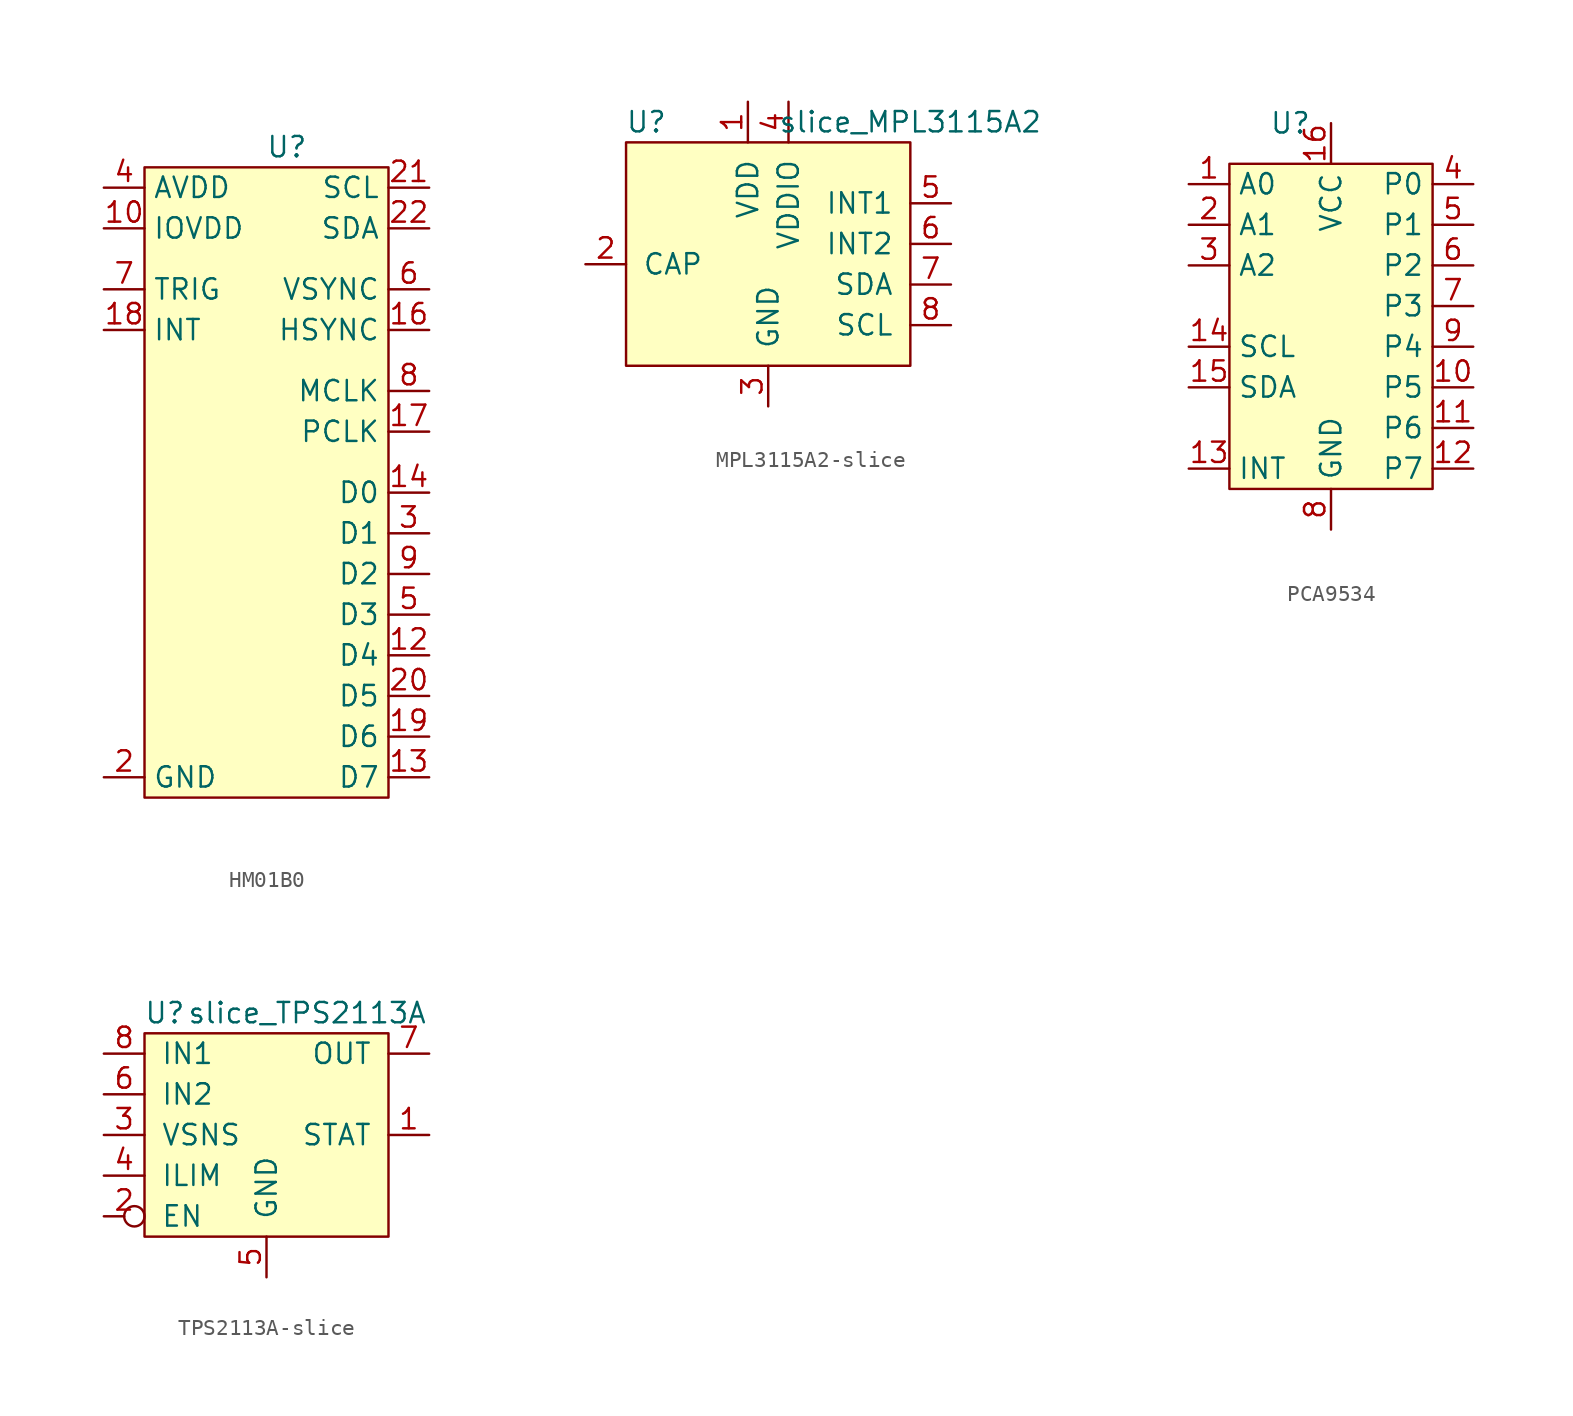
<source format=kicad_sym>
(kicad_symbol_lib
  (version 20220914)
  (generator kicad_symbol_editor)
  (symbol "HM01B0"
    (property "Reference" "U"
      (at 1.27 5.08 0)
      (effects (font (size 1.27 1.27))))
    (property "Value" ""
      (at 1.27 0 0)
      (effects (font (size 1.27 1.27))))
    (symbol "HM01B0_1_1"
      (rectangle (start -7.62 3.81) (end 7.62 -35.56) (stroke (width 0) (type default)) (fill (type background)))
      (pin power_in line (at -10.16 0 0) (length 2.54) (name "IOVDD" (effects (font (size 1.27 1.27)))) (number "10" (effects (font (size 1.27 1.27)))))
      (pin output line (at 10.16 -26.67 180) (length 2.54) (name "D4" (effects (font (size 1.27 1.27)))) (number "12" (effects (font (size 1.27 1.27)))))
      (pin output line (at 10.16 -34.29 180) (length 2.54) (name "D7" (effects (font (size 1.27 1.27)))) (number "13" (effects (font (size 1.27 1.27)))))
      (pin output line (at 10.16 -16.51 180) (length 2.54) (name "D0" (effects (font (size 1.27 1.27)))) (number "14" (effects (font (size 1.27 1.27)))))
      (pin output line (at 10.16 -6.35 180) (length 2.54) (name "HSYNC" (effects (font (size 1.27 1.27)))) (number "16" (effects (font (size 1.27 1.27)))))
      (pin bidirectional line (at 10.16 -12.7 180) (length 2.54) (name "PCLK" (effects (font (size 1.27 1.27)))) (number "17" (effects (font (size 1.27 1.27)))))
      (pin output line (at -10.16 -6.35 0) (length 2.54) (name "INT" (effects (font (size 1.27 1.27)))) (number "18" (effects (font (size 1.27 1.27)))))
      (pin output line (at 10.16 -31.75 180) (length 2.54) (name "D6" (effects (font (size 1.27 1.27)))) (number "19" (effects (font (size 1.27 1.27)))))
      (pin power_in line (at -10.16 -34.29 0) (length 2.54) (name "GND" (effects (font (size 1.27 1.27)))) (number "2" (effects (font (size 1.27 1.27)))))
      (pin output line (at 10.16 -29.21 180) (length 2.54) (name "D5" (effects (font (size 1.27 1.27)))) (number "20" (effects (font (size 1.27 1.27)))))
      (pin bidirectional line (at 10.16 2.54 180) (length 2.54) (name "SCL" (effects (font (size 1.27 1.27)))) (number "21" (effects (font (size 1.27 1.27)))))
      (pin bidirectional line (at 10.16 0 180) (length 2.54) (name "SDA" (effects (font (size 1.27 1.27)))) (number "22" (effects (font (size 1.27 1.27)))))
      (pin output line (at 10.16 -19.05 180) (length 2.54) (name "D1" (effects (font (size 1.27 1.27)))) (number "3" (effects (font (size 1.27 1.27)))))
      (pin power_in line (at -10.16 2.54 0) (length 2.54) (name "AVDD" (effects (font (size 1.27 1.27)))) (number "4" (effects (font (size 1.27 1.27)))))
      (pin output line (at 10.16 -24.13 180) (length 2.54) (name "D3" (effects (font (size 1.27 1.27)))) (number "5" (effects (font (size 1.27 1.27)))))
      (pin output line (at 10.16 -3.81 180) (length 2.54) (name "VSYNC" (effects (font (size 1.27 1.27)))) (number "6" (effects (font (size 1.27 1.27)))))
      (pin input line (at -10.16 -3.81 0) (length 2.54) (name "TRIG" (effects (font (size 1.27 1.27)))) (number "7" (effects (font (size 1.27 1.27)))))
      (pin bidirectional line (at 10.16 -10.16 180) (length 2.54) (name "MCLK" (effects (font (size 1.27 1.27)))) (number "8" (effects (font (size 1.27 1.27)))))
      (pin output line (at 10.16 -21.59 180) (length 2.54) (name "D2" (effects (font (size 1.27 1.27)))) (number "9" (effects (font (size 1.27 1.27)))))))
  (symbol "MPL3115A2-slice"
    (pin_names
      (offset 1.016))
    (property "Reference" "U"
      (at -7.62 8.89 0)
      (effects (font (size 1.27 1.27))))
    (property "Value" "slice_MPL3115A2"
      (at 8.89 8.89 0)
      (effects (font (size 1.27 1.27))))
    (symbol "MPL3115A2-slice_0_1"
      (rectangle (start 8.89 7.62) (end -8.89 -6.35) (stroke (width 0) (type solid)) (fill (type background))))
    (symbol "MPL3115A2-slice_1_1"
      (pin power_in line (at -1.27 10.16 270) (length 2.54) (name "VDD" (effects (font (size 1.27 1.27)))) (number "1" (effects (font (size 1.27 1.27)))))
      (pin passive line (at -11.43 0 0) (length 2.54) (name "CAP" (effects (font (size 1.27 1.27)))) (number "2" (effects (font (size 1.27 1.27)))))
      (pin power_in line (at 0 -8.89 90) (length 2.54) (name "GND" (effects (font (size 1.27 1.27)))) (number "3" (effects (font (size 1.27 1.27)))))
      (pin power_in line (at 1.27 10.16 270) (length 2.54) (name "VDDIO" (effects (font (size 1.27 1.27)))) (number "4" (effects (font (size 1.27 1.27)))))
      (pin output line (at 11.43 3.81 180) (length 2.54) (name "INT1" (effects (font (size 1.27 1.27)))) (number "5" (effects (font (size 1.27 1.27)))))
      (pin output line (at 11.43 1.27 180) (length 2.54) (name "INT2" (effects (font (size 1.27 1.27)))) (number "6" (effects (font (size 1.27 1.27)))))
      (pin bidirectional line (at 11.43 -1.27 180) (length 2.54) (name "SDA" (effects (font (size 1.27 1.27)))) (number "7" (effects (font (size 1.27 1.27)))))
      (pin input line (at 11.43 -3.81 180) (length 2.54) (name "SCL" (effects (font (size 1.27 1.27)))) (number "8" (effects (font (size 1.27 1.27)))))))
  (symbol "PCA9534"
    (property "Reference" "U"
      (at -2.54 12.7 0)
      (effects (font (size 1.27 1.27))))
    (property "Value" ""
      (at -2.54 12.7 0)
      (effects (font (size 1.27 1.27))))
    (symbol "PCA9534_1_1"
      (rectangle (start -6.35 10.16) (end 6.35 -10.16) (stroke (width 0) (type default)) (fill (type background)))
      (pin input line (at -8.89 8.89 0) (length 2.54) (name "A0" (effects (font (size 1.27 1.27)))) (number "1" (effects (font (size 1.27 1.27)))))
      (pin bidirectional line (at 8.89 -3.81 180) (length 2.54) (name "P5" (effects (font (size 1.27 1.27)))) (number "10" (effects (font (size 1.27 1.27)))))
      (pin bidirectional line (at 8.89 -6.35 180) (length 2.54) (name "P6" (effects (font (size 1.27 1.27)))) (number "11" (effects (font (size 1.27 1.27)))))
      (pin bidirectional line (at 8.89 -8.89 180) (length 2.54) (name "P7" (effects (font (size 1.27 1.27)))) (number "12" (effects (font (size 1.27 1.27)))))
      (pin output line (at -8.89 -8.89 0) (length 2.54) (name "INT" (effects (font (size 1.27 1.27)))) (number "13" (effects (font (size 1.27 1.27)))))
      (pin bidirectional line (at -8.89 -1.27 0) (length 2.54) (name "SCL" (effects (font (size 1.27 1.27)))) (number "14" (effects (font (size 1.27 1.27)))))
      (pin bidirectional line (at -8.89 -3.81 0) (length 2.54) (name "SDA" (effects (font (size 1.27 1.27)))) (number "15" (effects (font (size 1.27 1.27)))))
      (pin power_in line (at 0 12.7 270) (length 2.54) (name "VCC" (effects (font (size 1.27 1.27)))) (number "16" (effects (font (size 1.27 1.27)))))
      (pin input line (at -8.89 6.35 0) (length 2.54) (name "A1" (effects (font (size 1.27 1.27)))) (number "2" (effects (font (size 1.27 1.27)))))
      (pin input line (at -8.89 3.81 0) (length 2.54) (name "A2" (effects (font (size 1.27 1.27)))) (number "3" (effects (font (size 1.27 1.27)))))
      (pin bidirectional line (at 8.89 8.89 180) (length 2.54) (name "P0" (effects (font (size 1.27 1.27)))) (number "4" (effects (font (size 1.27 1.27)))))
      (pin bidirectional line (at 8.89 6.35 180) (length 2.54) (name "P1" (effects (font (size 1.27 1.27)))) (number "5" (effects (font (size 1.27 1.27)))))
      (pin bidirectional line (at 8.89 3.81 180) (length 2.54) (name "P2" (effects (font (size 1.27 1.27)))) (number "6" (effects (font (size 1.27 1.27)))))
      (pin bidirectional line (at 8.89 1.27 180) (length 2.54) (name "P3" (effects (font (size 1.27 1.27)))) (number "7" (effects (font (size 1.27 1.27)))))
      (pin power_in line (at 0 -12.7 90) (length 2.54) (name "GND" (effects (font (size 1.27 1.27)))) (number "8" (effects (font (size 1.27 1.27)))))
      (pin bidirectional line (at 8.89 -1.27 180) (length 2.54) (name "P4" (effects (font (size 1.27 1.27)))) (number "9" (effects (font (size 1.27 1.27)))))))
  (symbol "TPS2113A-slice"
    (pin_names
      (offset 1.016))
    (property "Reference" "U"
      (at -6.35 3.81 0)
      (effects (font (size 1.27 1.27))))
    (property "Value" "slice_TPS2113A"
      (at 2.54 3.81 0)
      (effects (font (size 1.27 1.27))))
    (symbol "TPS2113A-slice_0_1"
      (rectangle (start -7.62 -10.16) (end 7.62 2.54) (stroke (width 0) (type solid)) (fill (type background))))
    (symbol "TPS2113A-slice_1_1"
      (pin output line (at 10.16 -3.81 180) (length 2.54) (name "STAT" (effects (font (size 1.27 1.27)))) (number "1" (effects (font (size 1.27 1.27)))))
      (pin input inverted (at -10.16 -8.89 0) (length 2.54) (name "EN" (effects (font (size 1.27 1.27)))) (number "2" (effects (font (size 1.27 1.27)))))
      (pin passive line (at -10.16 -3.81 0) (length 2.54) (name "VSNS" (effects (font (size 1.27 1.27)))) (number "3" (effects (font (size 1.27 1.27)))))
      (pin passive line (at -10.16 -6.35 0) (length 2.54) (name "ILIM" (effects (font (size 1.27 1.27)))) (number "4" (effects (font (size 1.27 1.27)))))
      (pin power_in line (at 0 -12.7 90) (length 2.54) (name "GND" (effects (font (size 1.27 1.27)))) (number "5" (effects (font (size 1.27 1.27)))))
      (pin power_in line (at -10.16 -1.27 0) (length 2.54) (name "IN2" (effects (font (size 1.27 1.27)))) (number "6" (effects (font (size 1.27 1.27)))))
      (pin power_out line (at 10.16 1.27 180) (length 2.54) (name "OUT" (effects (font (size 1.27 1.27)))) (number "7" (effects (font (size 1.27 1.27)))))
      (pin power_in line (at -10.16 1.27 0) (length 2.54) (name "IN1" (effects (font (size 1.27 1.27)))) (number "8" (effects (font (size 1.27 1.27))))))))
</source>
